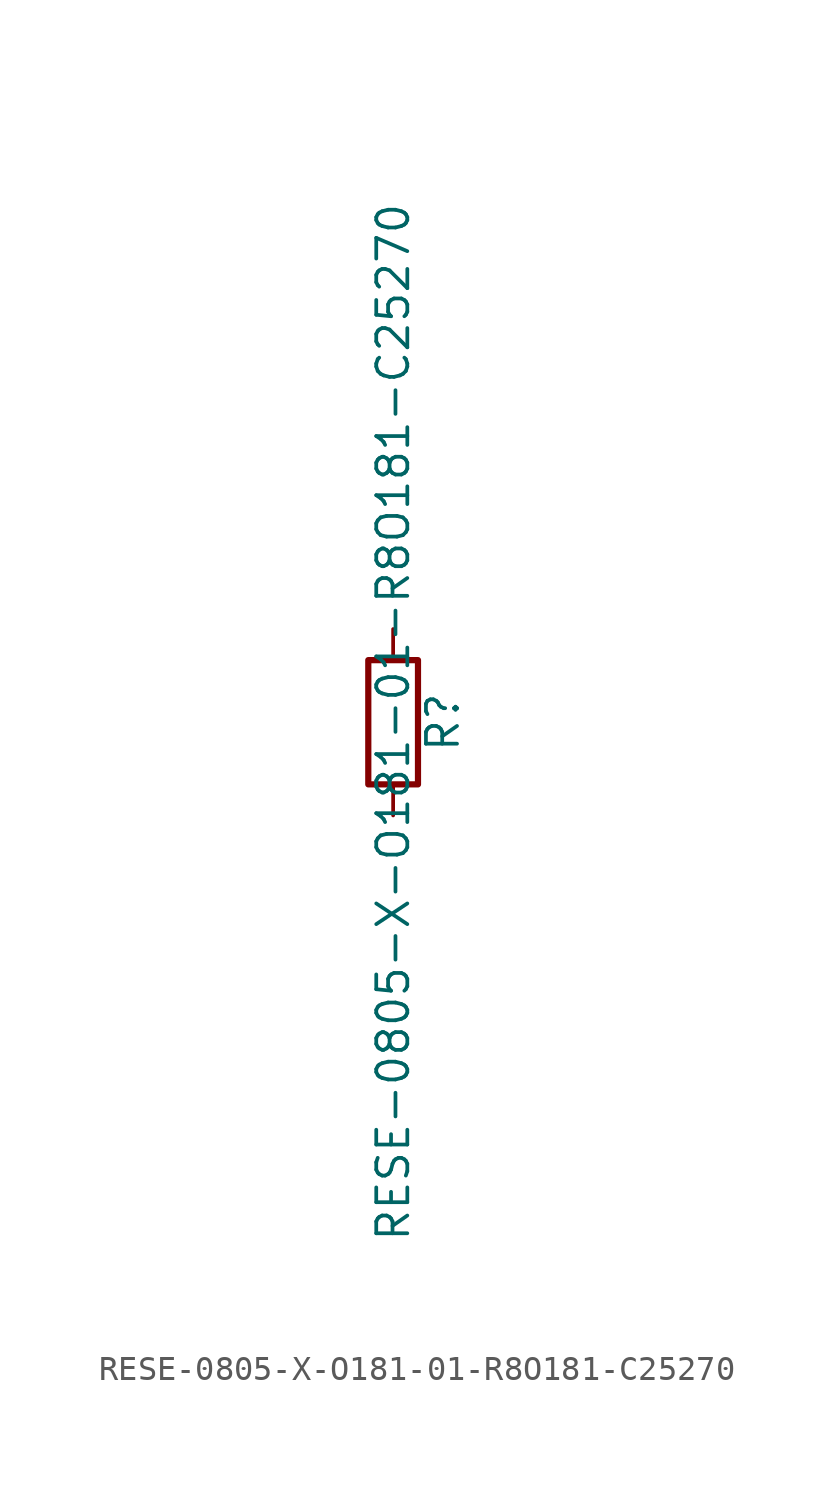
<source format=kicad_sym>
(kicad_symbol_lib
  (version 20211014)
  (generator kicad_symbol_editor)
  (symbol "RESE-0805-X-O181-01-R8O181-C25270"
    (pin_numbers hide)
    (pin_names
      (offset 0))
    (property "Reference" "R"
      (at 2.032 0 90)
      (effects (font (size 1.27 1.27))))
    (property "Value" "RESE-0805-X-O181-01-R8O181-C25270"
      (at 0 0 90)
      (effects (font (size 1.27 1.27))))
    (symbol "RESE-0805-X-O181-01-R8O181-C25270_0_1"
      (rectangle (start -1.016 -2.54) (end 1.016 2.54) (stroke (width 0.254) (type default) (color 0 0 0 0)) (fill (type none))))
    (symbol "RESE-0805-X-O181-01-R8O181-C25270_1_1"
      (pin passive line (at 0 3.81 270) (length 1.27) (name "~" (effects (font (size 1.27 1.27)))) (number "1" (effects (font (size 1.27 1.27)))))
      (pin passive line (at 0 -3.81 90) (length 1.27) (name "~" (effects (font (size 1.27 1.27)))) (number "2" (effects (font (size 1.27 1.27))))))))
</source>
